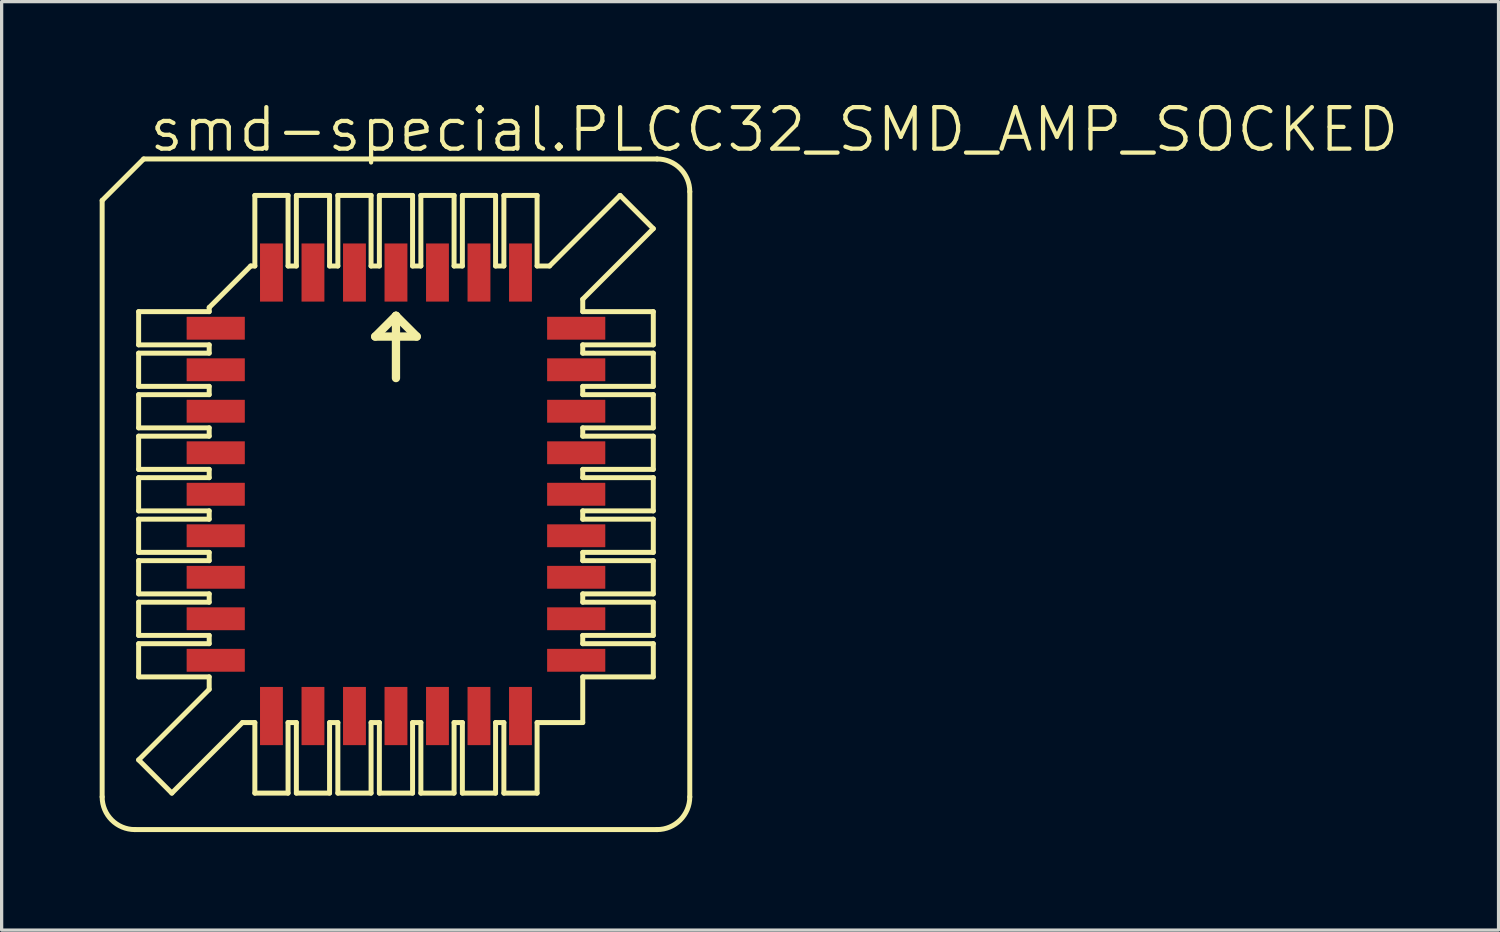
<source format=kicad_pcb>
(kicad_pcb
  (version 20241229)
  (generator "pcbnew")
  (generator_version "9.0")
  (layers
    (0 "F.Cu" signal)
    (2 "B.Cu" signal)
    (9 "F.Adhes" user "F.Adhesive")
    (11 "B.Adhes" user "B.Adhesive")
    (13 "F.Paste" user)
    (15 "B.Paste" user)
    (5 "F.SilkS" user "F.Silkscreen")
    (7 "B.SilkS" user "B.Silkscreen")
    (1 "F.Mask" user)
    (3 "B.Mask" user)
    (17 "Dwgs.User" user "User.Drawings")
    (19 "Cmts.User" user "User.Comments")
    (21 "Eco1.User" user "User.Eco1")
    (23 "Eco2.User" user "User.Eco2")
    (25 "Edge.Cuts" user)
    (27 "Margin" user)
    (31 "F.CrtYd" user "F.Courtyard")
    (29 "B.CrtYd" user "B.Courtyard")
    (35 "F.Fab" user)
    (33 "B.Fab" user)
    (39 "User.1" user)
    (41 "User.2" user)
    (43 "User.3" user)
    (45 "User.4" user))
  (footprint "smd-special.PLCC32_SMD_AMP_SOCKED"
    (layer "F.Cu")
    (at 9.066 12.074)
    (property "Reference" "smd-special.PLCC32_SMD_AMP_SOCKED" (at -7.62 -10.414 0) (layer "F.SilkS") (effects (font (size 1.27 1.27) (thickness 0.13)) (justify left bottom)))
    (attr smd)
    (fp_line (start -8.99 -8.99) (end -8.99 9.26) (stroke (width 0.152) (type default)) (layer "F.SilkS"))
    (fp_line (start -7.99 10.26) (end 7.99 10.26) (stroke (width 0.152) (type default)) (layer "F.SilkS"))
    (fp_line (start -7.874 -4.572) (end -7.874 -5.588) (stroke (width 0.152) (type default)) (layer "F.SilkS"))
    (fp_line (start -7.874 -4.572) (end -5.715 -4.572) (stroke (width 0.152) (type default)) (layer "F.SilkS"))
    (fp_line (start -7.874 -3.302) (end -7.874 -4.318) (stroke (width 0.152) (type default)) (layer "F.SilkS"))
    (fp_line (start -7.874 -3.302) (end -5.715 -3.302) (stroke (width 0.152) (type default)) (layer "F.SilkS"))
    (fp_line (start -7.874 -2.032) (end -7.874 -3.048) (stroke (width 0.152) (type default)) (layer "F.SilkS"))
    (fp_line (start -7.874 -2.032) (end -5.715 -2.032) (stroke (width 0.152) (type default)) (layer "F.SilkS"))
    (fp_line (start -7.874 -0.762) (end -7.874 -1.778) (stroke (width 0.152) (type default)) (layer "F.SilkS"))
    (fp_line (start -7.874 -0.762) (end -5.715 -0.762) (stroke (width 0.152) (type default)) (layer "F.SilkS"))
    (fp_line (start -7.874 0.508) (end -7.874 -0.508) (stroke (width 0.152) (type default)) (layer "F.SilkS"))
    (fp_line (start -7.874 0.508) (end -5.715 0.508) (stroke (width 0.152) (type default)) (layer "F.SilkS"))
    (fp_line (start -7.874 1.778) (end -7.874 0.762) (stroke (width 0.152) (type default)) (layer "F.SilkS"))
    (fp_line (start -7.874 1.778) (end -5.715 1.778) (stroke (width 0.152) (type default)) (layer "F.SilkS"))
    (fp_line (start -7.874 3.048) (end -7.874 2.032) (stroke (width 0.152) (type default)) (layer "F.SilkS"))
    (fp_line (start -7.874 3.048) (end -5.715 3.048) (stroke (width 0.152) (type default)) (layer "F.SilkS"))
    (fp_line (start -7.874 4.318) (end -7.874 3.302) (stroke (width 0.152) (type default)) (layer "F.SilkS"))
    (fp_line (start -7.874 4.318) (end -5.715 4.318) (stroke (width 0.152) (type default)) (layer "F.SilkS"))
    (fp_line (start -7.874 5.588) (end -7.874 4.572) (stroke (width 0.152) (type default)) (layer "F.SilkS"))
    (fp_line (start -7.874 5.588) (end -5.715 5.588) (stroke (width 0.152) (type default)) (layer "F.SilkS"))
    (fp_line (start -7.874 8.128) (end -5.715 5.969) (stroke (width 0.152) (type default)) (layer "F.SilkS"))
    (fp_line (start -7.72 -10.26) (end -8.99 -8.99) (stroke (width 0.152) (type default)) (layer "F.SilkS"))
    (fp_line (start -6.858 9.144) (end -7.874 8.128) (stroke (width 0.152) (type default)) (layer "F.SilkS"))
    (fp_line (start -6.858 9.144) (end -4.699 6.985) (stroke (width 0.152) (type default)) (layer "F.SilkS"))
    (fp_line (start -5.715 -5.715) (end -4.445 -6.985) (stroke (width 0.152) (type default)) (layer "F.SilkS"))
    (fp_line (start -5.715 -5.588) (end -7.874 -5.588) (stroke (width 0.152) (type default)) (layer "F.SilkS"))
    (fp_line (start -5.715 -5.588) (end -5.715 -5.715) (stroke (width 0.152) (type default)) (layer "F.SilkS"))
    (fp_line (start -5.715 -4.318) (end -7.874 -4.318) (stroke (width 0.152) (type default)) (layer "F.SilkS"))
    (fp_line (start -5.715 -4.318) (end -5.715 -4.572) (stroke (width 0.152) (type default)) (layer "F.SilkS"))
    (fp_line (start -5.715 -3.048) (end -7.874 -3.048) (stroke (width 0.152) (type default)) (layer "F.SilkS"))
    (fp_line (start -5.715 -3.048) (end -5.715 -3.302) (stroke (width 0.152) (type default)) (layer "F.SilkS"))
    (fp_line (start -5.715 -1.778) (end -7.874 -1.778) (stroke (width 0.152) (type default)) (layer "F.SilkS"))
    (fp_line (start -5.715 -1.778) (end -5.715 -2.032) (stroke (width 0.152) (type default)) (layer "F.SilkS"))
    (fp_line (start -5.715 -0.508) (end -7.874 -0.508) (stroke (width 0.152) (type default)) (layer "F.SilkS"))
    (fp_line (start -5.715 -0.508) (end -5.715 -0.762) (stroke (width 0.152) (type default)) (layer "F.SilkS"))
    (fp_line (start -5.715 0.762) (end -7.874 0.762) (stroke (width 0.152) (type default)) (layer "F.SilkS"))
    (fp_line (start -5.715 0.762) (end -5.715 0.508) (stroke (width 0.152) (type default)) (layer "F.SilkS"))
    (fp_line (start -5.715 2.032) (end -7.874 2.032) (stroke (width 0.152) (type default)) (layer "F.SilkS"))
    (fp_line (start -5.715 2.032) (end -5.715 1.778) (stroke (width 0.152) (type default)) (layer "F.SilkS"))
    (fp_line (start -5.715 3.302) (end -7.874 3.302) (stroke (width 0.152) (type default)) (layer "F.SilkS"))
    (fp_line (start -5.715 3.302) (end -5.715 3.048) (stroke (width 0.152) (type default)) (layer "F.SilkS"))
    (fp_line (start -5.715 4.572) (end -7.874 4.572) (stroke (width 0.152) (type default)) (layer "F.SilkS"))
    (fp_line (start -5.715 4.572) (end -5.715 4.318) (stroke (width 0.152) (type default)) (layer "F.SilkS"))
    (fp_line (start -5.715 5.969) (end -5.715 5.588) (stroke (width 0.152) (type default)) (layer "F.SilkS"))
    (fp_line (start -4.699 6.985) (end -4.318 6.985) (stroke (width 0.152) (type default)) (layer "F.SilkS"))
    (fp_line (start -4.318 -6.985) (end -4.445 -6.985) (stroke (width 0.152) (type default)) (layer "F.SilkS"))
    (fp_line (start -4.318 -6.985) (end -4.318 -9.144) (stroke (width 0.152) (type default)) (layer "F.SilkS"))
    (fp_line (start -4.318 9.144) (end -4.318 6.985) (stroke (width 0.152) (type default)) (layer "F.SilkS"))
    (fp_line (start -4.318 9.144) (end -3.302 9.144) (stroke (width 0.152) (type default)) (layer "F.SilkS"))
    (fp_line (start -3.302 -9.144) (end -4.318 -9.144) (stroke (width 0.152) (type default)) (layer "F.SilkS"))
    (fp_line (start -3.302 -9.144) (end -3.302 -6.985) (stroke (width 0.152) (type default)) (layer "F.SilkS"))
    (fp_line (start -3.302 6.985) (end -3.302 9.144) (stroke (width 0.152) (type default)) (layer "F.SilkS"))
    (fp_line (start -3.302 6.985) (end -3.048 6.985) (stroke (width 0.152) (type default)) (layer "F.SilkS"))
    (fp_line (start -3.048 -6.985) (end -3.302 -6.985) (stroke (width 0.152) (type default)) (layer "F.SilkS"))
    (fp_line (start -3.048 -6.985) (end -3.048 -9.144) (stroke (width 0.152) (type default)) (layer "F.SilkS"))
    (fp_line (start -3.048 9.144) (end -3.048 6.985) (stroke (width 0.152) (type default)) (layer "F.SilkS"))
    (fp_line (start -3.048 9.144) (end -2.032 9.144) (stroke (width 0.152) (type default)) (layer "F.SilkS"))
    (fp_line (start -2.032 -9.144) (end -3.048 -9.144) (stroke (width 0.152) (type default)) (layer "F.SilkS"))
    (fp_line (start -2.032 -9.144) (end -2.032 -6.985) (stroke (width 0.152) (type default)) (layer "F.SilkS"))
    (fp_line (start -2.032 6.985) (end -2.032 9.144) (stroke (width 0.152) (type default)) (layer "F.SilkS"))
    (fp_line (start -2.032 6.985) (end -1.778 6.985) (stroke (width 0.152) (type default)) (layer "F.SilkS"))
    (fp_line (start -1.778 -6.985) (end -2.032 -6.985) (stroke (width 0.152) (type default)) (layer "F.SilkS"))
    (fp_line (start -1.778 -6.985) (end -1.778 -9.144) (stroke (width 0.152) (type default)) (layer "F.SilkS"))
    (fp_line (start -1.778 9.144) (end -1.778 6.985) (stroke (width 0.152) (type default)) (layer "F.SilkS"))
    (fp_line (start -1.778 9.144) (end -0.762 9.144) (stroke (width 0.152) (type default)) (layer "F.SilkS"))
    (fp_line (start -0.762 -9.144) (end -1.778 -9.144) (stroke (width 0.152) (type default)) (layer "F.SilkS"))
    (fp_line (start -0.762 -9.144) (end -0.762 -6.985) (stroke (width 0.152) (type default)) (layer "F.SilkS"))
    (fp_line (start -0.762 6.985) (end -0.762 9.144) (stroke (width 0.152) (type default)) (layer "F.SilkS"))
    (fp_line (start -0.762 6.985) (end -0.508 6.985) (stroke (width 0.152) (type default)) (layer "F.SilkS"))
    (fp_line (start -0.635 -4.826) (end 0 -5.461) (stroke (width 0.254) (type default)) (layer "F.SilkS"))
    (fp_line (start -0.508 -6.985) (end -0.762 -6.985) (stroke (width 0.152) (type default)) (layer "F.SilkS"))
    (fp_line (start -0.508 -6.985) (end -0.508 -9.144) (stroke (width 0.152) (type default)) (layer "F.SilkS"))
    (fp_line (start -0.508 9.144) (end -0.508 6.985) (stroke (width 0.152) (type default)) (layer "F.SilkS"))
    (fp_line (start -0.508 9.144) (end 0.508 9.144) (stroke (width 0.152) (type default)) (layer "F.SilkS"))
    (fp_line (start 0 -5.461) (end 0 -3.556) (stroke (width 0.254) (type default)) (layer "F.SilkS"))
    (fp_line (start 0 -5.461) (end 0.635 -4.826) (stroke (width 0.254) (type default)) (layer "F.SilkS"))
    (fp_line (start 0.508 -9.144) (end -0.508 -9.144) (stroke (width 0.152) (type default)) (layer "F.SilkS"))
    (fp_line (start 0.508 -9.144) (end 0.508 -6.985) (stroke (width 0.152) (type default)) (layer "F.SilkS"))
    (fp_line (start 0.508 6.985) (end 0.508 9.144) (stroke (width 0.152) (type default)) (layer "F.SilkS"))
    (fp_line (start 0.508 6.985) (end 0.762 6.985) (stroke (width 0.152) (type default)) (layer "F.SilkS"))
    (fp_line (start 0.635 -4.826) (end -0.635 -4.826) (stroke (width 0.254) (type default)) (layer "F.SilkS"))
    (fp_line (start 0.762 -6.985) (end 0.508 -6.985) (stroke (width 0.152) (type default)) (layer "F.SilkS"))
    (fp_line (start 0.762 -6.985) (end 0.762 -9.144) (stroke (width 0.152) (type default)) (layer "F.SilkS"))
    (fp_line (start 0.762 9.144) (end 0.762 6.985) (stroke (width 0.152) (type default)) (layer "F.SilkS"))
    (fp_line (start 0.762 9.144) (end 1.778 9.144) (stroke (width 0.152) (type default)) (layer "F.SilkS"))
    (fp_line (start 1.778 -9.144) (end 0.762 -9.144) (stroke (width 0.152) (type default)) (layer "F.SilkS"))
    (fp_line (start 1.778 -9.144) (end 1.778 -6.985) (stroke (width 0.152) (type default)) (layer "F.SilkS"))
    (fp_line (start 1.778 6.985) (end 1.778 9.144) (stroke (width 0.152) (type default)) (layer "F.SilkS"))
    (fp_line (start 1.778 6.985) (end 2.032 6.985) (stroke (width 0.152) (type default)) (layer "F.SilkS"))
    (fp_line (start 2.032 -6.985) (end 1.778 -6.985) (stroke (width 0.152) (type default)) (layer "F.SilkS"))
    (fp_line (start 2.032 -6.985) (end 2.032 -9.144) (stroke (width 0.152) (type default)) (layer "F.SilkS"))
    (fp_line (start 2.032 9.144) (end 2.032 6.985) (stroke (width 0.152) (type default)) (layer "F.SilkS"))
    (fp_line (start 2.032 9.144) (end 3.048 9.144) (stroke (width 0.152) (type default)) (layer "F.SilkS"))
    (fp_line (start 3.048 -9.144) (end 2.032 -9.144) (stroke (width 0.152) (type default)) (layer "F.SilkS"))
    (fp_line (start 3.048 -9.144) (end 3.048 -6.985) (stroke (width 0.152) (type default)) (layer "F.SilkS"))
    (fp_line (start 3.048 6.985) (end 3.048 9.144) (stroke (width 0.152) (type default)) (layer "F.SilkS"))
    (fp_line (start 3.048 6.985) (end 3.302 6.985) (stroke (width 0.152) (type default)) (layer "F.SilkS"))
    (fp_line (start 3.302 -6.985) (end 3.048 -6.985) (stroke (width 0.152) (type default)) (layer "F.SilkS"))
    (fp_line (start 3.302 -6.985) (end 3.302 -9.144) (stroke (width 0.152) (type default)) (layer "F.SilkS"))
    (fp_line (start 3.302 9.144) (end 3.302 6.985) (stroke (width 0.152) (type default)) (layer "F.SilkS"))
    (fp_line (start 3.302 9.144) (end 4.318 9.144) (stroke (width 0.152) (type default)) (layer "F.SilkS"))
    (fp_line (start 4.318 -9.144) (end 3.302 -9.144) (stroke (width 0.152) (type default)) (layer "F.SilkS"))
    (fp_line (start 4.318 -9.144) (end 4.318 -6.985) (stroke (width 0.152) (type default)) (layer "F.SilkS"))
    (fp_line (start 4.318 6.985) (end 4.318 9.144) (stroke (width 0.152) (type default)) (layer "F.SilkS"))
    (fp_line (start 4.318 6.985) (end 5.715 6.985) (stroke (width 0.152) (type default)) (layer "F.SilkS"))
    (fp_line (start 4.699 -6.985) (end 4.318 -6.985) (stroke (width 0.152) (type default)) (layer "F.SilkS"))
    (fp_line (start 5.715 -5.969) (end 5.715 -5.588) (stroke (width 0.152) (type default)) (layer "F.SilkS"))
    (fp_line (start 5.715 -4.572) (end 5.715 -4.318) (stroke (width 0.152) (type default)) (layer "F.SilkS"))
    (fp_line (start 5.715 -4.572) (end 7.874 -4.572) (stroke (width 0.152) (type default)) (layer "F.SilkS"))
    (fp_line (start 5.715 -3.302) (end 5.715 -3.048) (stroke (width 0.152) (type default)) (layer "F.SilkS"))
    (fp_line (start 5.715 -3.302) (end 7.874 -3.302) (stroke (width 0.152) (type default)) (layer "F.SilkS"))
    (fp_line (start 5.715 -2.032) (end 5.715 -1.778) (stroke (width 0.152) (type default)) (layer "F.SilkS"))
    (fp_line (start 5.715 -2.032) (end 7.874 -2.032) (stroke (width 0.152) (type default)) (layer "F.SilkS"))
    (fp_line (start 5.715 -0.762) (end 5.715 -0.508) (stroke (width 0.152) (type default)) (layer "F.SilkS"))
    (fp_line (start 5.715 -0.762) (end 7.874 -0.762) (stroke (width 0.152) (type default)) (layer "F.SilkS"))
    (fp_line (start 5.715 0.508) (end 5.715 0.762) (stroke (width 0.152) (type default)) (layer "F.SilkS"))
    (fp_line (start 5.715 0.508) (end 7.874 0.508) (stroke (width 0.152) (type default)) (layer "F.SilkS"))
    (fp_line (start 5.715 1.778) (end 5.715 2.032) (stroke (width 0.152) (type default)) (layer "F.SilkS"))
    (fp_line (start 5.715 1.778) (end 7.874 1.778) (stroke (width 0.152) (type default)) (layer "F.SilkS"))
    (fp_line (start 5.715 3.048) (end 5.715 3.302) (stroke (width 0.152) (type default)) (layer "F.SilkS"))
    (fp_line (start 5.715 3.048) (end 7.874 3.048) (stroke (width 0.152) (type default)) (layer "F.SilkS"))
    (fp_line (start 5.715 4.318) (end 5.715 4.572) (stroke (width 0.152) (type default)) (layer "F.SilkS"))
    (fp_line (start 5.715 4.318) (end 7.874 4.318) (stroke (width 0.152) (type default)) (layer "F.SilkS"))
    (fp_line (start 5.715 5.588) (end 5.715 6.985) (stroke (width 0.152) (type default)) (layer "F.SilkS"))
    (fp_line (start 5.715 5.588) (end 7.874 5.588) (stroke (width 0.152) (type default)) (layer "F.SilkS"))
    (fp_line (start 6.858 -9.144) (end 4.699 -6.985) (stroke (width 0.152) (type default)) (layer "F.SilkS"))
    (fp_line (start 7.874 -8.128) (end 5.715 -5.969) (stroke (width 0.152) (type default)) (layer "F.SilkS"))
    (fp_line (start 7.874 -8.128) (end 6.858 -9.144) (stroke (width 0.152) (type default)) (layer "F.SilkS"))
    (fp_line (start 7.874 -5.588) (end 5.715 -5.588) (stroke (width 0.152) (type default)) (layer "F.SilkS"))
    (fp_line (start 7.874 -5.588) (end 7.874 -4.572) (stroke (width 0.152) (type default)) (layer "F.SilkS"))
    (fp_line (start 7.874 -4.318) (end 5.715 -4.318) (stroke (width 0.152) (type default)) (layer "F.SilkS"))
    (fp_line (start 7.874 -4.318) (end 7.874 -3.302) (stroke (width 0.152) (type default)) (layer "F.SilkS"))
    (fp_line (start 7.874 -3.048) (end 5.715 -3.048) (stroke (width 0.152) (type default)) (layer "F.SilkS"))
    (fp_line (start 7.874 -3.048) (end 7.874 -2.032) (stroke (width 0.152) (type default)) (layer "F.SilkS"))
    (fp_line (start 7.874 -1.778) (end 5.715 -1.778) (stroke (width 0.152) (type default)) (layer "F.SilkS"))
    (fp_line (start 7.874 -1.778) (end 7.874 -0.762) (stroke (width 0.152) (type default)) (layer "F.SilkS"))
    (fp_line (start 7.874 -0.508) (end 5.715 -0.508) (stroke (width 0.152) (type default)) (layer "F.SilkS"))
    (fp_line (start 7.874 -0.508) (end 7.874 0.508) (stroke (width 0.152) (type default)) (layer "F.SilkS"))
    (fp_line (start 7.874 0.762) (end 5.715 0.762) (stroke (width 0.152) (type default)) (layer "F.SilkS"))
    (fp_line (start 7.874 0.762) (end 7.874 1.778) (stroke (width 0.152) (type default)) (layer "F.SilkS"))
    (fp_line (start 7.874 2.032) (end 5.715 2.032) (stroke (width 0.152) (type default)) (layer "F.SilkS"))
    (fp_line (start 7.874 2.032) (end 7.874 3.048) (stroke (width 0.152) (type default)) (layer "F.SilkS"))
    (fp_line (start 7.874 3.302) (end 5.715 3.302) (stroke (width 0.152) (type default)) (layer "F.SilkS"))
    (fp_line (start 7.874 3.302) (end 7.874 4.318) (stroke (width 0.152) (type default)) (layer "F.SilkS"))
    (fp_line (start 7.874 4.572) (end 5.715 4.572) (stroke (width 0.152) (type default)) (layer "F.SilkS"))
    (fp_line (start 7.874 4.572) (end 7.874 5.588) (stroke (width 0.152) (type default)) (layer "F.SilkS"))
    (fp_line (start 7.99 -10.26) (end -7.72 -10.26) (stroke (width 0.152) (type default)) (layer "F.SilkS"))
    (fp_line (start 8.99 9.26) (end 8.99 -9.26) (stroke (width 0.152) (type default)) (layer "F.SilkS"))
    (fp_arc (start -7.99 10.26) (mid -8.697107 9.967107) (end -8.99 9.26) (stroke (width 0.1524) (type default)) (layer "F.SilkS"))
    (fp_arc (start 7.99 -10.26) (mid 8.697107 -9.967107) (end 8.99 -9.26) (stroke (width 0.1524) (type default)) (layer "F.SilkS"))
    (fp_arc (start 8.99 9.26) (mid 8.697107 9.967107) (end 7.99 10.26) (stroke (width 0.1524) (type default)) (layer "F.SilkS"))
    (pad "1" smd roundrect (at 0 -6.785) (size 0.7 1.78) (layers "F.Cu" "F.Mask" "F.Paste") (roundrect_rratio 0.01))
    (pad "2" smd roundrect (at -1.27 -6.785) (size 0.7 1.78) (layers "F.Cu" "F.Mask" "F.Paste") (roundrect_rratio 0.01))
    (pad "3" smd roundrect (at -2.54 -6.785) (size 0.7 1.78) (layers "F.Cu" "F.Mask" "F.Paste") (roundrect_rratio 0.01))
    (pad "4" smd roundrect (at -3.81 -6.785) (size 0.7 1.78) (layers "F.Cu" "F.Mask" "F.Paste") (roundrect_rratio 0.01))
    (pad "5" smd roundrect (at -5.515 -5.08) (size 1.78 0.7) (layers "F.Cu" "F.Mask" "F.Paste") (roundrect_rratio 0.01))
    (pad "6" smd roundrect (at -5.515 -3.81) (size 1.78 0.7) (layers "F.Cu" "F.Mask" "F.Paste") (roundrect_rratio 0.01))
    (pad "7" smd roundrect (at -5.515 -2.54) (size 1.78 0.7) (layers "F.Cu" "F.Mask" "F.Paste") (roundrect_rratio 0.01))
    (pad "8" smd roundrect (at -5.515 -1.27) (size 1.78 0.7) (layers "F.Cu" "F.Mask" "F.Paste") (roundrect_rratio 0.01))
    (pad "9" smd roundrect (at -5.515 0) (size 1.78 0.7) (layers "F.Cu" "F.Mask" "F.Paste") (roundrect_rratio 0.01))
    (pad "10" smd roundrect (at -5.515 1.27) (size 1.78 0.7) (layers "F.Cu" "F.Mask" "F.Paste") (roundrect_rratio 0.01))
    (pad "11" smd roundrect (at -5.515 2.54) (size 1.78 0.7) (layers "F.Cu" "F.Mask" "F.Paste") (roundrect_rratio 0.01))
    (pad "12" smd roundrect (at -5.515 3.81) (size 1.78 0.7) (layers "F.Cu" "F.Mask" "F.Paste") (roundrect_rratio 0.01))
    (pad "13" smd roundrect (at -5.515 5.08) (size 1.78 0.7) (layers "F.Cu" "F.Mask" "F.Paste") (roundrect_rratio 0.01))
    (pad "14" smd roundrect (at -3.81 6.785) (size 0.7 1.78) (layers "F.Cu" "F.Mask" "F.Paste") (roundrect_rratio 0.01))
    (pad "15" smd roundrect (at -2.54 6.785) (size 0.7 1.78) (layers "F.Cu" "F.Mask" "F.Paste") (roundrect_rratio 0.01))
    (pad "16" smd roundrect (at -1.27 6.785) (size 0.7 1.78) (layers "F.Cu" "F.Mask" "F.Paste") (roundrect_rratio 0.01))
    (pad "17" smd roundrect (at 0 6.785) (size 0.7 1.78) (layers "F.Cu" "F.Mask" "F.Paste") (roundrect_rratio 0.01))
    (pad "18" smd roundrect (at 1.27 6.785) (size 0.7 1.78) (layers "F.Cu" "F.Mask" "F.Paste") (roundrect_rratio 0.01))
    (pad "19" smd roundrect (at 2.54 6.785) (size 0.7 1.78) (layers "F.Cu" "F.Mask" "F.Paste") (roundrect_rratio 0.01))
    (pad "20" smd roundrect (at 3.81 6.785) (size 0.7 1.78) (layers "F.Cu" "F.Mask" "F.Paste") (roundrect_rratio 0.01))
    (pad "21" smd roundrect (at 5.515 5.08) (size 1.78 0.7) (layers "F.Cu" "F.Mask" "F.Paste") (roundrect_rratio 0.01))
    (pad "22" smd roundrect (at 5.515 3.81) (size 1.78 0.7) (layers "F.Cu" "F.Mask" "F.Paste") (roundrect_rratio 0.01))
    (pad "23" smd roundrect (at 5.515 2.54) (size 1.78 0.7) (layers "F.Cu" "F.Mask" "F.Paste") (roundrect_rratio 0.01))
    (pad "24" smd roundrect (at 5.515 1.27) (size 1.78 0.7) (layers "F.Cu" "F.Mask" "F.Paste") (roundrect_rratio 0.01))
    (pad "25" smd roundrect (at 5.515 0) (size 1.78 0.7) (layers "F.Cu" "F.Mask" "F.Paste") (roundrect_rratio 0.01))
    (pad "26" smd roundrect (at 5.515 -1.27) (size 1.78 0.7) (layers "F.Cu" "F.Mask" "F.Paste") (roundrect_rratio 0.01))
    (pad "27" smd roundrect (at 5.515 -2.54) (size 1.78 0.7) (layers "F.Cu" "F.Mask" "F.Paste") (roundrect_rratio 0.01))
    (pad "28" smd roundrect (at 5.515 -3.81) (size 1.78 0.7) (layers "F.Cu" "F.Mask" "F.Paste") (roundrect_rratio 0.01))
    (pad "29" smd roundrect (at 5.515 -5.08) (size 1.78 0.7) (layers "F.Cu" "F.Mask" "F.Paste") (roundrect_rratio 0.01))
    (pad "30" smd roundrect (at 3.81 -6.785) (size 0.7 1.78) (layers "F.Cu" "F.Mask" "F.Paste") (roundrect_rratio 0.01))
    (pad "31" smd roundrect (at 2.54 -6.785) (size 0.7 1.78) (layers "F.Cu" "F.Mask" "F.Paste") (roundrect_rratio 0.01))
    (pad "32" smd roundrect (at 1.27 -6.785) (size 0.7 1.78) (layers "F.Cu" "F.Mask" "F.Paste") (roundrect_rratio 0.01)))
  (gr_rect
    (start -3 -3)
    (end 42.803 25.41)
    (stroke (width 0.1) (type default))
    (fill no)
    (layer "Edge.Cuts")))
</source>
